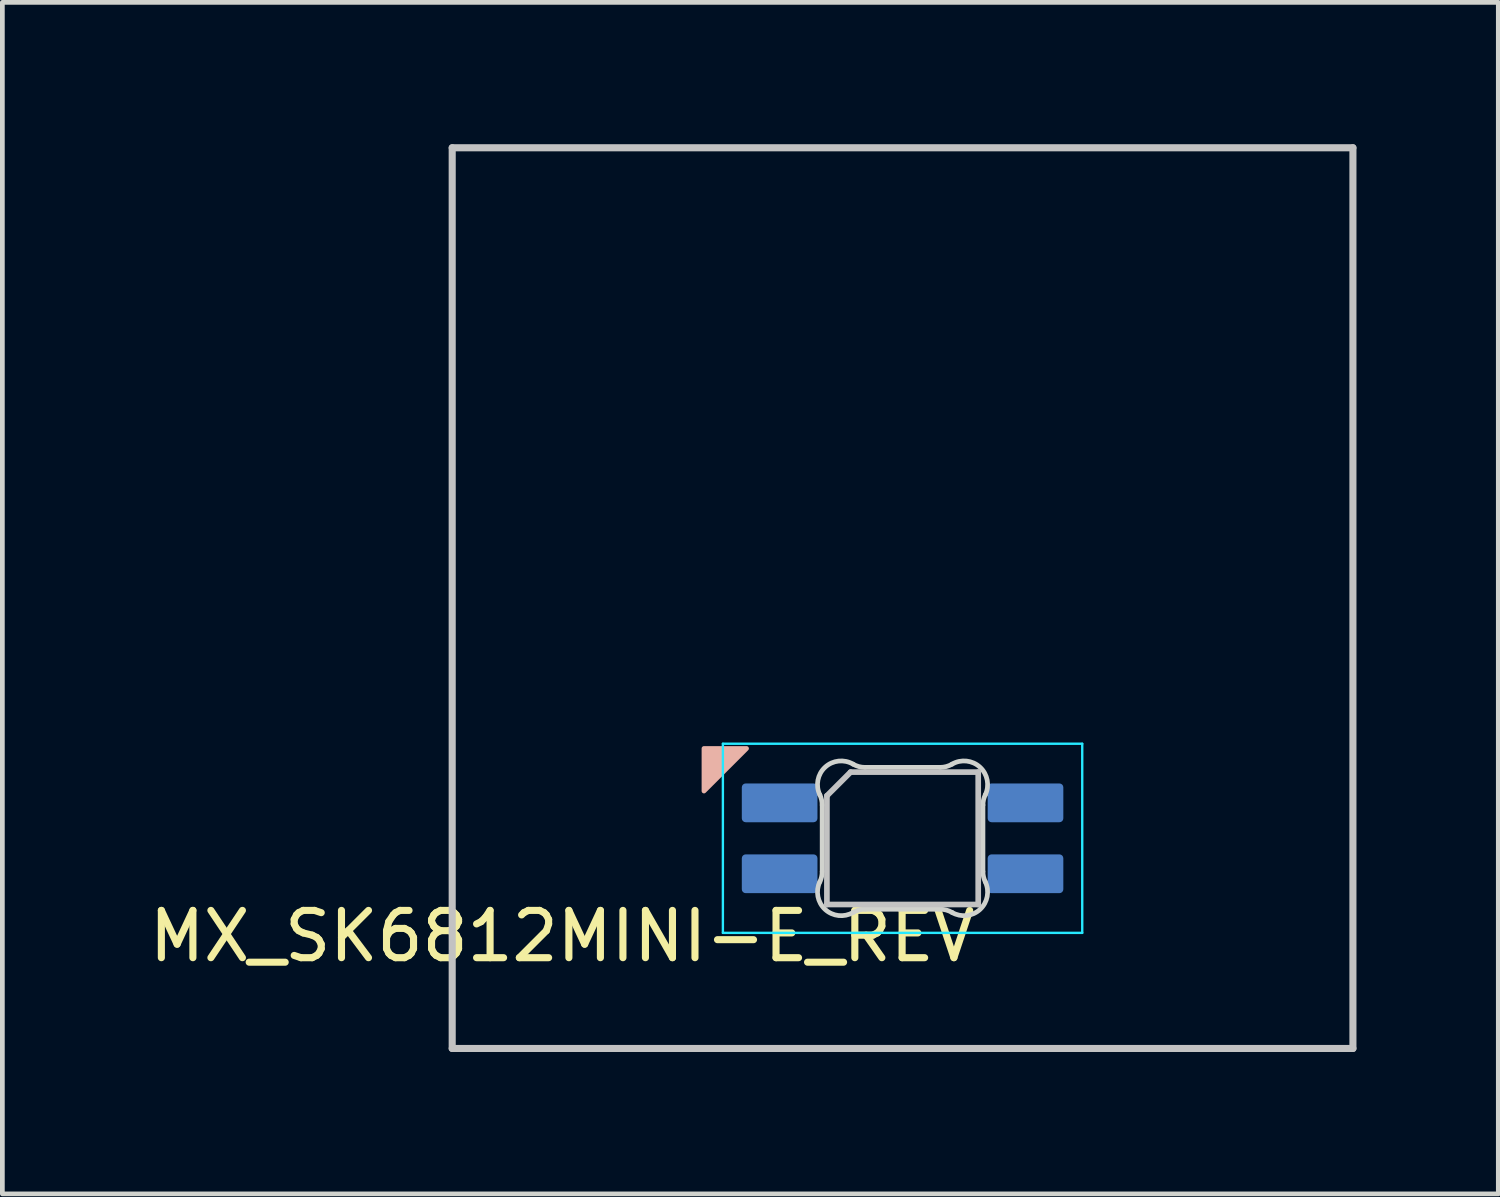
<source format=kicad_pcb>
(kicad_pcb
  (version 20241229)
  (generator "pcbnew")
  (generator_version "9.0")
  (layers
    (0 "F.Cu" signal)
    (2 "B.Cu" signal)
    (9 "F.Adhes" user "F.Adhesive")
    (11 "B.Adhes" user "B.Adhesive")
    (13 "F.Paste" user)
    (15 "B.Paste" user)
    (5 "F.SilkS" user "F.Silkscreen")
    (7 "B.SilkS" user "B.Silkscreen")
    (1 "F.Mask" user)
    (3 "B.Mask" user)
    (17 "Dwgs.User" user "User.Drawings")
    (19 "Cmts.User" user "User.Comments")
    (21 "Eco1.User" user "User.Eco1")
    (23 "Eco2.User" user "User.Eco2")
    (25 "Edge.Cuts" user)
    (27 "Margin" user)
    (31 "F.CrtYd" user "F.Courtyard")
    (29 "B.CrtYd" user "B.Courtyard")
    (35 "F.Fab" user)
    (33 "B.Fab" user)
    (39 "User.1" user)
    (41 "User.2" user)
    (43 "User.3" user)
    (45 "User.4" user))
  (footprint "MX_SK6812MINI-E_REV"
    (layer "F.Cu")
    (at 16.039 9.6)
    (property "Reference" "MX_SK6812MINI-E_REV" (at -7.2 7.15 0) (layer "F.SilkS") (effects (font (size 1 1) (thickness 0.15))))
    (attr smd)
    (fp_poly (pts (xy -4.2 4.08) (xy -3.3 3.18) (xy -4.2 3.18)) (stroke (width 0.1) (type solid)) (fill yes) (layer "B.SilkS"))
    (fp_line (start -9.525 -9.525) (end 9.525 -9.525) (stroke (width 0.15) (type solid)) (layer "Dwgs.User"))
    (fp_line (start -9.525 9.525) (end -9.525 -9.525) (stroke (width 0.15) (type solid)) (layer "Dwgs.User"))
    (fp_line (start -1.6 4.18) (end -1.6 6.48) (stroke (width 0.12) (type solid)) (layer "Dwgs.User"))
    (fp_line (start -1.6 4.18) (end -1.1 3.68) (stroke (width 0.12) (type solid)) (layer "Dwgs.User"))
    (fp_line (start -1.6 6.48) (end 1.6 6.48) (stroke (width 0.12) (type solid)) (layer "Dwgs.User"))
    (fp_line (start 1.6 3.68) (end -1.1 3.68) (stroke (width 0.12) (type solid)) (layer "Dwgs.User"))
    (fp_line (start 1.6 6.48) (end 1.6 3.68) (stroke (width 0.12) (type solid)) (layer "Dwgs.User"))
    (fp_line (start 9.525 -9.525) (end 9.525 9.525) (stroke (width 0.15) (type solid)) (layer "Dwgs.User"))
    (fp_line (start 9.525 9.525) (end -9.525 9.525) (stroke (width 0.15) (type solid)) (layer "Dwgs.User"))
    (fp_line (start -1.7 5.783) (end -1.7 4.377) (stroke (width 0.1) (type solid)) (layer "Edge.Cuts"))
    (fp_line (start -0.794 3.58) (end 0.794 3.58) (stroke (width 0.1) (type solid)) (layer "Edge.Cuts"))
    (fp_line (start 0.794 6.58) (end -0.794 6.58) (stroke (width 0.1) (type solid)) (layer "Edge.Cuts"))
    (fp_line (start 1.7 4.377) (end 1.7 5.783) (stroke (width 0.1) (type solid)) (layer "Edge.Cuts"))
    (fp_arc (start -1.749484 4.16028) (mid -1.712527 4.265932) (end -1.699999 4.377158) (stroke (width 0.1) (type solid)) (layer "Edge.Cuts"))
    (fp_arc (start -1.749484 4.160281) (mid -1.638072 3.575965) (end -1.046711 3.511701) (stroke (width 0.1) (type solid)) (layer "Edge.Cuts"))
    (fp_arc (start -1.699999 5.782843) (mid -1.712527 5.894068) (end -1.749484 5.99972) (stroke (width 0.1) (type solid)) (layer "Edge.Cuts"))
    (fp_arc (start -1.046711 6.648298) (mid -1.638071 6.584034) (end -1.749484 5.99972) (stroke (width 0.1) (type solid)) (layer "Edge.Cuts"))
    (fp_arc (start -1.046711 6.648298) (mid -0.925123 6.597376) (end -0.794453 6.579999) (stroke (width 0.1) (type solid)) (layer "Edge.Cuts"))
    (fp_arc (start -0.794452 3.58) (mid -0.925123 3.562623) (end -1.046711 3.511701) (stroke (width 0.1) (type solid)) (layer "Edge.Cuts"))
    (fp_arc (start 0.794453 6.58) (mid 0.925123 6.597377) (end 1.046711 6.648299) (stroke (width 0.1) (type solid)) (layer "Edge.Cuts"))
    (fp_arc (start 1.04671 3.511701) (mid 0.925122 3.562623) (end 0.794452 3.58) (stroke (width 0.1) (type solid)) (layer "Edge.Cuts"))
    (fp_arc (start 1.046711 3.511703) (mid 1.63807 3.575966) (end 1.749484 4.16028) (stroke (width 0.1) (type solid)) (layer "Edge.Cuts"))
    (fp_arc (start 1.699999 4.377157) (mid 1.712527 4.265932) (end 1.749484 4.16028) (stroke (width 0.1) (type solid)) (layer "Edge.Cuts"))
    (fp_arc (start 1.749484 5.99972) (mid 1.638071 6.584035) (end 1.046711 6.648299) (stroke (width 0.1) (type solid)) (layer "Edge.Cuts"))
    (fp_arc (start 1.749484 5.99972) (mid 1.712527 5.894068) (end 1.699999 5.782842) (stroke (width 0.1) (type solid)) (layer "Edge.Cuts"))
    (fp_line (start -3.8 3.08) (end -3.8 7.08) (stroke (width 0.05) (type solid)) (layer "B.CrtYd"))
    (fp_line (start -3.8 7.08) (end 3.8 7.08) (stroke (width 0.05) (type solid)) (layer "B.CrtYd"))
    (fp_line (start 3.8 3.08) (end -3.8 3.08) (stroke (width 0.05) (type solid)) (layer "B.CrtYd"))
    (fp_line (start 3.8 7.08) (end 3.8 3.08) (stroke (width 0.05) (type solid)) (layer "B.CrtYd"))
    (pad "1" smd roundrect (at 2.6 5.83 90) (size 0.82 1.6) (layers "B.Cu" "B.Mask" "B.Paste") (roundrect_rratio 0.1))
    (pad "2" smd roundrect (at 2.6 4.33 90) (size 0.82 1.6) (layers "B.Cu" "B.Mask" "B.Paste") (roundrect_rratio 0.1))
    (pad "3" smd roundrect (at -2.6 4.33 90) (size 0.82 1.6) (layers "B.Cu" "B.Mask" "B.Paste") (roundrect_rratio 0.1))
    (pad "4" smd roundrect (at -2.6 5.83 90) (size 0.82 1.6) (layers "B.Cu" "B.Mask" "B.Paste") (roundrect_rratio 0.1)))
  (gr_rect
    (start -3 -3)
    (end 28.639 22.2)
    (stroke (width 0.1) (type default))
    (fill no)
    (layer "Edge.Cuts")))
</source>
